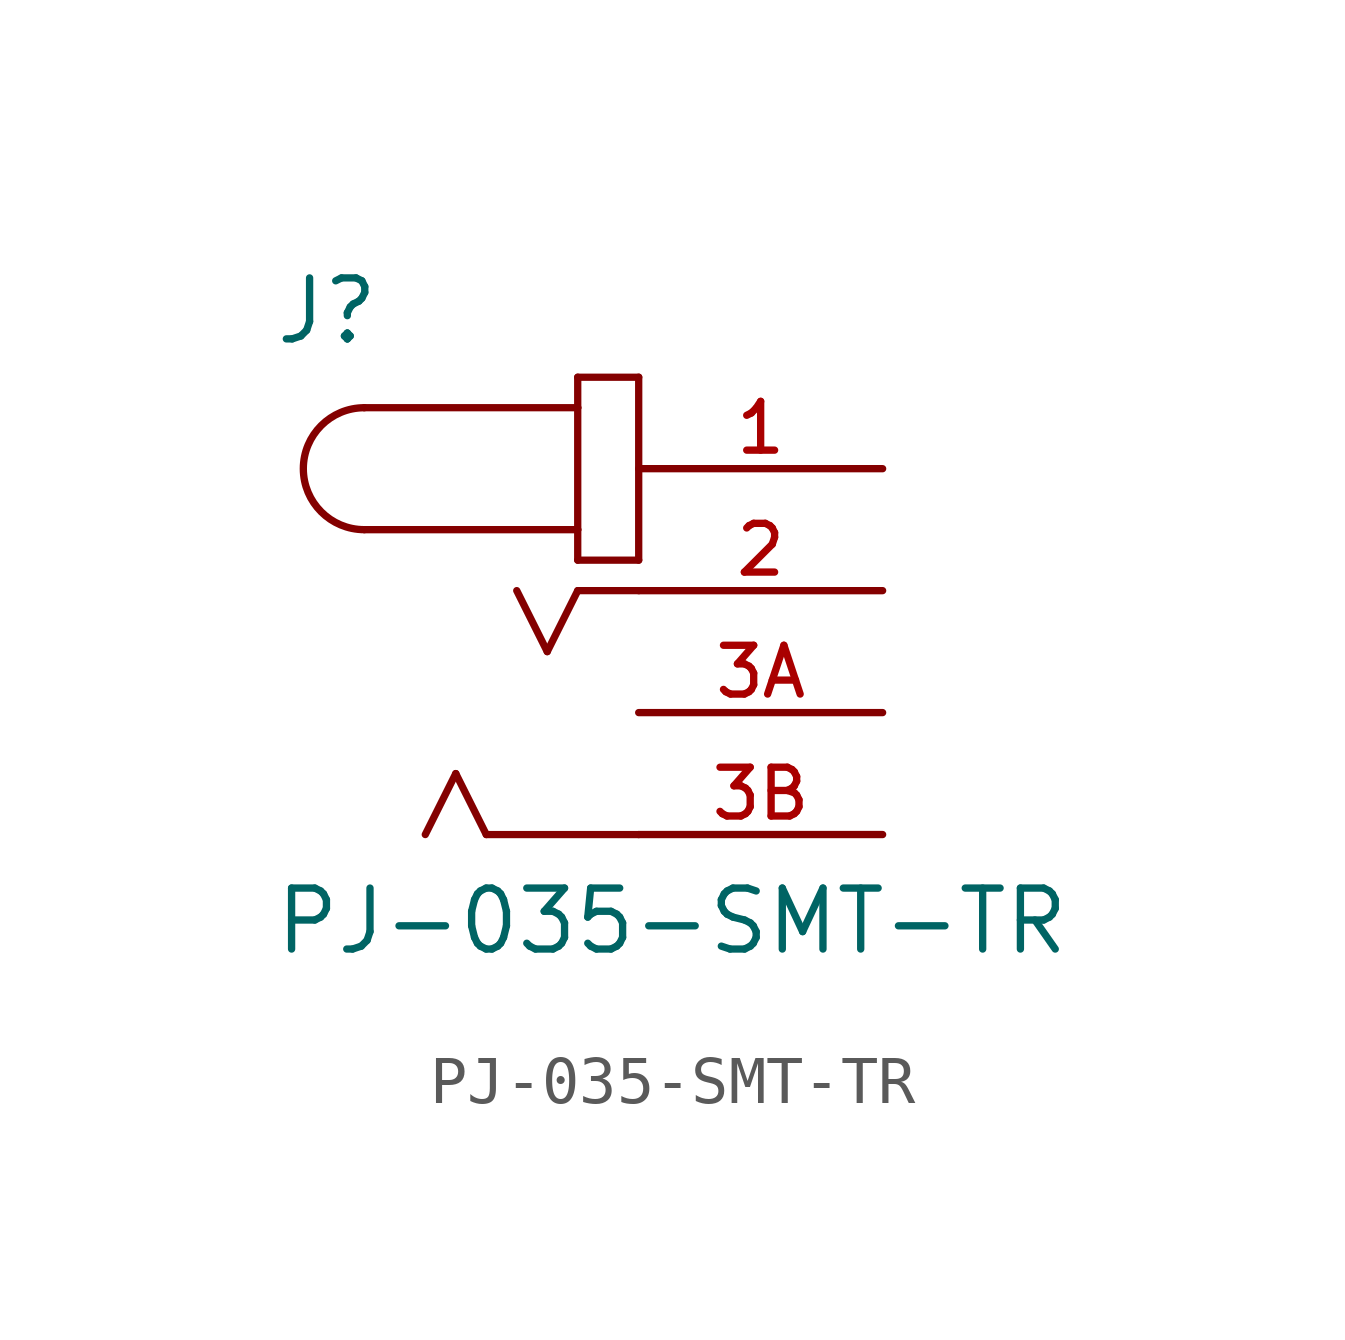
<source format=kicad_sym>
(kicad_symbol_lib
  (version 20211014)
  (generator kicad_symbol_editor)
  (symbol "PJ-035-SMT-TR"
    (pin_names
      (offset 1.016))
    (property "Reference" "J"
      (at -7.62 5.08 0)
      (effects (font (size 1.27 1.27)) (justify bottom left)))
    (property "Value" "PJ-035-SMT-TR"
      (at -7.632 -7.628 0)
      (effects (font (size 1.27 1.27)) (justify bottom left)))
    (symbol "PJ-035-SMT-TR_0_0"
      (arc (start -5.715 3.81) (mid -6.985 2.54) (end -5.715 1.27) (stroke (width 0.1524) (type default) (color 0 0 0 0)) (fill (type none)))
      (polyline (pts (xy -5.715 3.81) (xy -1.27 3.81)) (stroke (width 0.152)))
      (polyline (pts (xy -1.27 3.81) (xy -1.27 1.27)) (stroke (width 0.152)))
      (polyline (pts (xy -1.27 1.27) (xy -5.715 1.27)) (stroke (width 0.152)))
      (polyline (pts (xy -1.27 1.27) (xy -1.27 0.635)) (stroke (width 0.152)))
      (polyline (pts (xy -1.27 0.635) (xy 0.0 0.635)) (stroke (width 0.152)))
      (polyline (pts (xy 0.0 0.635) (xy 0.0 4.445)) (stroke (width 0.152)))
      (polyline (pts (xy 0.0 4.445) (xy -1.27 4.445)) (stroke (width 0.152)))
      (polyline (pts (xy -1.27 4.445) (xy -1.27 3.81)) (stroke (width 0.152)))
      (polyline (pts (xy 0.0 -5.08) (xy -3.175 -5.08)) (stroke (width 0.152)))
      (polyline (pts (xy -3.175 -5.08) (xy -3.81 -3.81)) (stroke (width 0.152)))
      (polyline (pts (xy -3.81 -3.81) (xy -4.445 -5.08)) (stroke (width 0.152)))
      (polyline (pts (xy 0.0 0.0) (xy -1.27 0.0)) (stroke (width 0.152)))
      (polyline (pts (xy -1.27 0.0) (xy -1.905 -1.27)) (stroke (width 0.152)))
      (polyline (pts (xy -1.905 -1.27) (xy -2.54 0.0)) (stroke (width 0.152)))
      (pin passive line (at 5.08 2.54 180.0) (length 5.08) (name "~" (effects (font (size 1.016 1.016)))) (number "1" (effects (font (size 1.016 1.016)))))
      (pin passive line (at 5.08 0.0 180.0) (length 5.08) (name "~" (effects (font (size 1.016 1.016)))) (number "2" (effects (font (size 1.016 1.016)))))
      (pin passive line (at 5.08 -2.54 180.0) (length 5.08) (name "~" (effects (font (size 1.016 1.016)))) (number "3A" (effects (font (size 1.016 1.016)))))
      (pin passive line (at 5.08 -5.08 180.0) (length 5.08) (name "~" (effects (font (size 1.016 1.016)))) (number "3B" (effects (font (size 1.016 1.016))))))))
</source>
